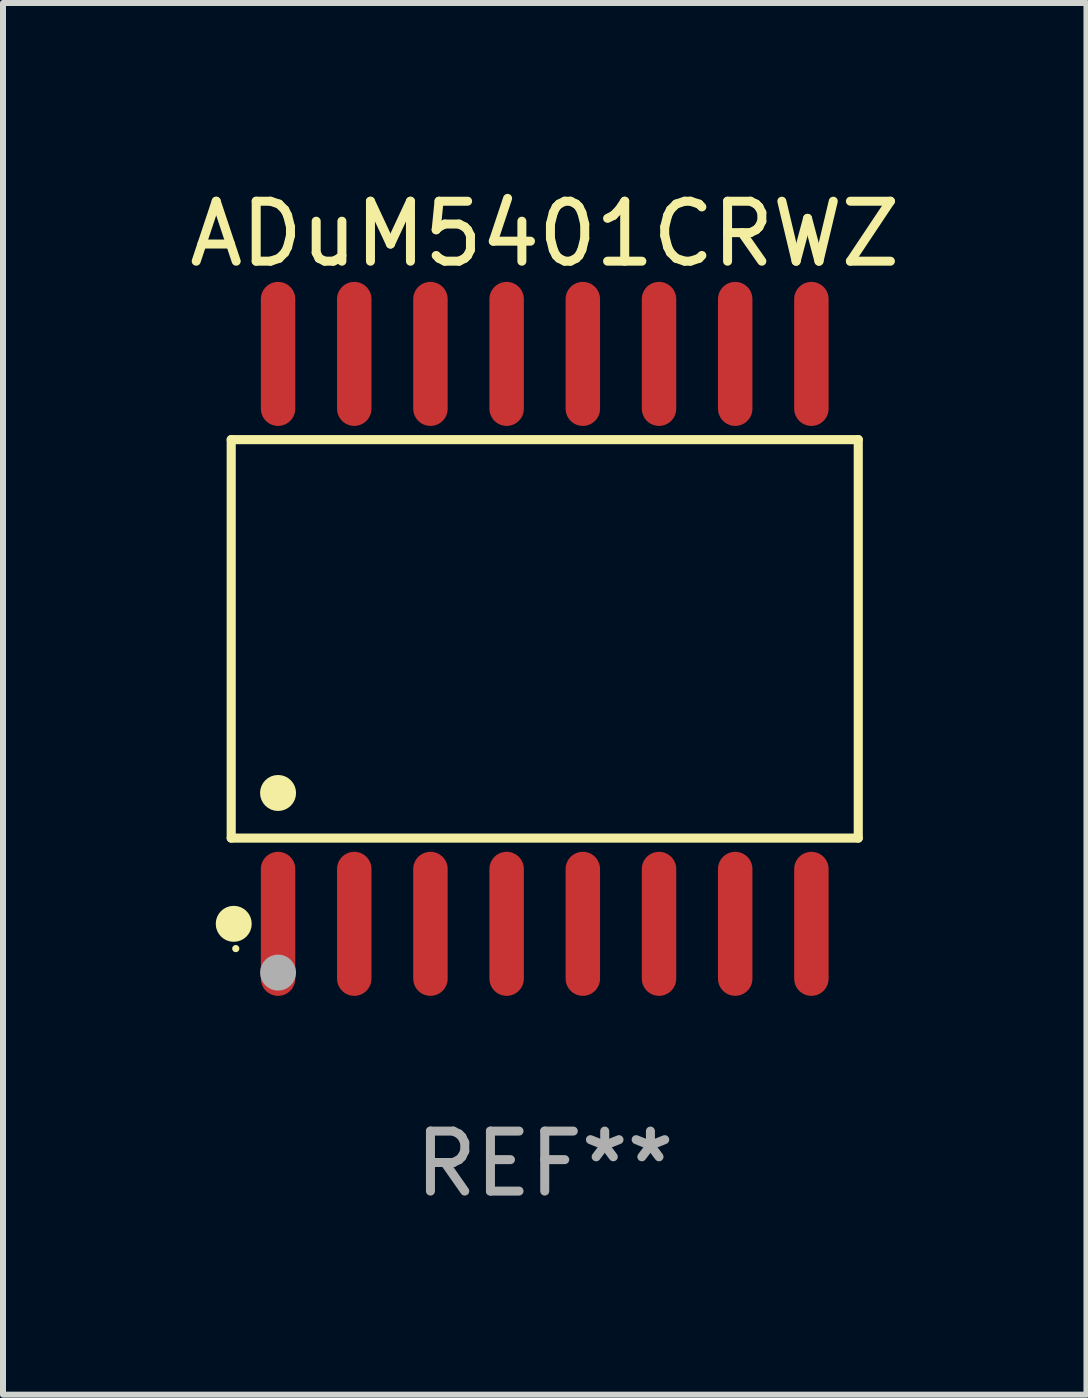
<source format=kicad_pcb>
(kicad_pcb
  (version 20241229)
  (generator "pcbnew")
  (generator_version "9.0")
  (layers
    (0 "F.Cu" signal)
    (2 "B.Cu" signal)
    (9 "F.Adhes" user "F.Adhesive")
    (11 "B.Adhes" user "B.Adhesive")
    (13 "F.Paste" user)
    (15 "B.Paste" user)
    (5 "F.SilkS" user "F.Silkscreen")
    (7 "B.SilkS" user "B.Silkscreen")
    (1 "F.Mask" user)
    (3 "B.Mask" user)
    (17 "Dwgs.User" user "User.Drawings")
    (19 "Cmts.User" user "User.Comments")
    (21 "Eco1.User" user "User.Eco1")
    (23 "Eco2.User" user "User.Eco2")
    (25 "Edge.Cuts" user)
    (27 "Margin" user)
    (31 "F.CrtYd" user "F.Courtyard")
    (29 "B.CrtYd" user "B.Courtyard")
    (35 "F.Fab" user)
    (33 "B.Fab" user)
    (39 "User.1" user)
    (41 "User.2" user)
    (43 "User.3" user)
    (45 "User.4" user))
  (footprint "ADuM5401CRWZ"
    (layer "F.Cu")
    (at 6.03 7.599)
    (property "Reference" "ADuM5401CRWZ" (at 0 -6.75 0) (layer "F.SilkS") (effects (font (size 1 1) (thickness 0.15))))
    (attr through_hole)
    (fp_line (start -5.226 -3.321) (end 5.226 -3.321) (stroke (width 0.152) (type solid)) (layer "F.SilkS"))
    (fp_line (start -5.226 3.321) (end -5.226 -3.321) (stroke (width 0.152) (type solid)) (layer "F.SilkS"))
    (fp_line (start 5.226 -3.321) (end 5.226 3.321) (stroke (width 0.152) (type solid)) (layer "F.SilkS"))
    (fp_line (start 5.226 3.321) (end -5.226 3.321) (stroke (width 0.152) (type solid)) (layer "F.SilkS"))
    (fp_circle (center -5.184 4.75) (end -5.034 4.75) (stroke (width 0.3) (type solid)) (fill no) (layer "F.SilkS"))
    (fp_circle (center -5.15 5.163) (end -5.12 5.163) (stroke (width 0.06) (type solid)) (fill no) (layer "F.SilkS"))
    (fp_circle (center -4.445 2.569) (end -4.295 2.569) (stroke (width 0.3) (type solid)) (fill no) (layer "F.SilkS"))
    (fp_circle (center -4.445 5.563) (end -4.295 5.563) (stroke (width 0.3) (type solid)) (fill no) (layer "F.Fab"))
    (fp_text user "REF**" (at 0 8.75 0) (layer "F.Fab") (effects (font (size 1 1) (thickness 0.15))))
    (pad "1" smd oval (at -4.445 4.75) (size 0.574 2.401) (layers "F.Cu" "F.Mask" "F.Paste"))
    (pad "2" smd oval (at -3.175 4.75) (size 0.574 2.401) (layers "F.Cu" "F.Mask" "F.Paste"))
    (pad "3" smd oval (at -1.905 4.75) (size 0.574 2.401) (layers "F.Cu" "F.Mask" "F.Paste"))
    (pad "4" smd oval (at -0.635 4.75) (size 0.574 2.401) (layers "F.Cu" "F.Mask" "F.Paste"))
    (pad "5" smd oval (at 0.635 4.75) (size 0.574 2.401) (layers "F.Cu" "F.Mask" "F.Paste"))
    (pad "6" smd oval (at 1.905 4.75) (size 0.574 2.401) (layers "F.Cu" "F.Mask" "F.Paste"))
    (pad "7" smd oval (at 3.175 4.75) (size 0.574 2.401) (layers "F.Cu" "F.Mask" "F.Paste"))
    (pad "8" smd oval (at 4.445 4.75) (size 0.574 2.401) (layers "F.Cu" "F.Mask" "F.Paste"))
    (pad "9" smd oval (at 4.445 -4.75) (size 0.574 2.401) (layers "F.Cu" "F.Mask" "F.Paste"))
    (pad "10" smd oval (at 3.175 -4.75) (size 0.574 2.401) (layers "F.Cu" "F.Mask" "F.Paste"))
    (pad "11" smd oval (at 1.905 -4.75) (size 0.574 2.401) (layers "F.Cu" "F.Mask" "F.Paste"))
    (pad "12" smd oval (at 0.635 -4.75) (size 0.574 2.401) (layers "F.Cu" "F.Mask" "F.Paste"))
    (pad "13" smd oval (at -0.635 -4.75) (size 0.574 2.401) (layers "F.Cu" "F.Mask" "F.Paste"))
    (pad "14" smd oval (at -1.905 -4.75) (size 0.574 2.401) (layers "F.Cu" "F.Mask" "F.Paste"))
    (pad "15" smd oval (at -3.175 -4.75) (size 0.574 2.401) (layers "F.Cu" "F.Mask" "F.Paste"))
    (pad "16" smd oval (at -4.445 -4.75) (size 0.574 2.401) (layers "F.Cu" "F.Mask" "F.Paste")))
  (gr_rect
    (start -3 -3)
    (end 15.06 20.197)
    (stroke (width 0.1) (type default))
    (fill no)
    (layer "Edge.Cuts")))
</source>
